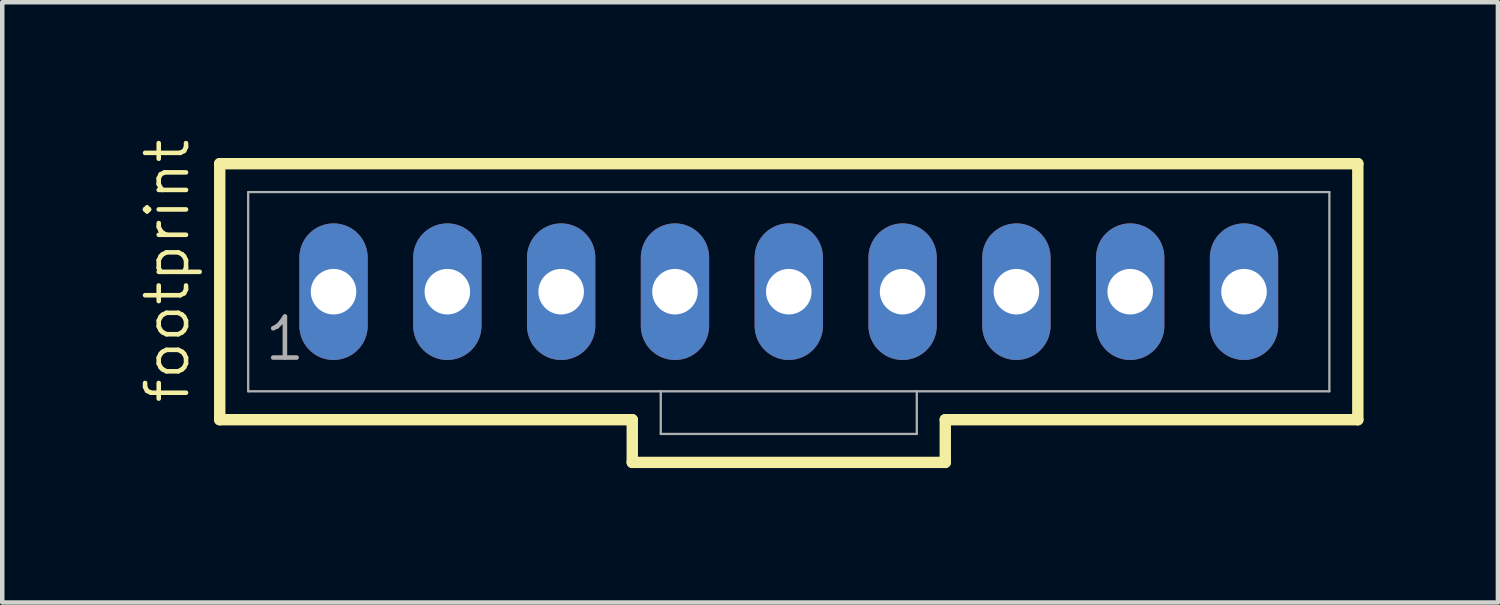
<source format=kicad_pcb>
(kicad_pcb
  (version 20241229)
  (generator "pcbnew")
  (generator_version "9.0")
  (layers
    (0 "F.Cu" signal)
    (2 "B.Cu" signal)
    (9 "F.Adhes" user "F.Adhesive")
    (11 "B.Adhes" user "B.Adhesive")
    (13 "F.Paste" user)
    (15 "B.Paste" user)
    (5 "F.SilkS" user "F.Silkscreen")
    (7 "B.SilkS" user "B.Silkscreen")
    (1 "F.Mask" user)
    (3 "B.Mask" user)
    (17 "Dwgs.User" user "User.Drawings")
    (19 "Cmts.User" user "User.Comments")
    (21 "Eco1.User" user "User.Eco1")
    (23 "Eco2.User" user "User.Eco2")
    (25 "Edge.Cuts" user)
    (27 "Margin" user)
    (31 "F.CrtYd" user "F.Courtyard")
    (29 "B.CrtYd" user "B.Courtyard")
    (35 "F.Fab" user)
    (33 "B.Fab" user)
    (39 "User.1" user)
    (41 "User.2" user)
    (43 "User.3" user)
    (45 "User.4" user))
  (footprint "footprint"
    (layer "F.Cu")
    (at 14.554 3.46)
    (property "Reference" "footprint" (at -13.335 2.54 90) (layer "F.SilkS") (effects (font (size 0.914 0.914) (thickness 0.102)) (justify left bottom)))
    (fp_line (start -12.7 -2.857) (end -12.7 2.857) (stroke (width 0.254) (type solid)) (layer "F.SilkS"))
    (fp_line (start -12.7 2.857) (end -3.493 2.857) (stroke (width 0.254) (type solid)) (layer "F.SilkS"))
    (fp_line (start -3.493 2.857) (end -3.493 3.81) (stroke (width 0.254) (type solid)) (layer "F.SilkS"))
    (fp_line (start -3.493 3.81) (end 3.493 3.81) (stroke (width 0.254) (type solid)) (layer "F.SilkS"))
    (fp_line (start 3.493 2.857) (end 12.7 2.857) (stroke (width 0.254) (type solid)) (layer "F.SilkS"))
    (fp_line (start 3.493 3.81) (end 3.493 2.857) (stroke (width 0.254) (type solid)) (layer "F.SilkS"))
    (fp_line (start 12.7 -2.857) (end -12.7 -2.857) (stroke (width 0.254) (type solid)) (layer "F.SilkS"))
    (fp_line (start 12.7 2.857) (end 12.7 -2.857) (stroke (width 0.254) (type solid)) (layer "F.SilkS"))
    (fp_line (start -12.065 -2.223) (end -12.065 2.223) (stroke (width 0.051) (type solid)) (layer "F.Fab"))
    (fp_line (start -12.065 -2.223) (end 12.065 -2.223) (stroke (width 0.051) (type solid)) (layer "F.Fab"))
    (fp_line (start -12.065 2.223) (end -2.857 2.223) (stroke (width 0.051) (type solid)) (layer "F.Fab"))
    (fp_line (start -2.857 2.223) (end -2.857 3.175) (stroke (width 0.051) (type solid)) (layer "F.Fab"))
    (fp_line (start -2.857 2.223) (end 2.857 2.223) (stroke (width 0.051) (type solid)) (layer "F.Fab"))
    (fp_line (start 2.857 2.223) (end 2.857 3.175) (stroke (width 0.051) (type solid)) (layer "F.Fab"))
    (fp_line (start 2.857 2.223) (end 12.065 2.223) (stroke (width 0.051) (type solid)) (layer "F.Fab"))
    (fp_line (start 2.857 3.175) (end -2.857 3.175) (stroke (width 0.051) (type solid)) (layer "F.Fab"))
    (fp_line (start 12.065 -2.223) (end 12.065 2.223) (stroke (width 0.051) (type solid)) (layer "F.Fab"))
    (fp_poly (pts (xy -10.398 0.238) (xy -9.922 0.238) (xy -9.922 -0.238) (xy -10.398 -0.238)) (stroke (width 0.1) (type solid)) (fill no) (layer "F.Fab"))
    (fp_poly (pts (xy -7.858 0.238) (xy -7.382 0.238) (xy -7.382 -0.238) (xy -7.858 -0.238)) (stroke (width 0.1) (type solid)) (fill no) (layer "F.Fab"))
    (fp_poly (pts (xy -5.318 0.238) (xy -4.842 0.238) (xy -4.842 -0.238) (xy -5.318 -0.238)) (stroke (width 0.1) (type solid)) (fill no) (layer "F.Fab"))
    (fp_poly (pts (xy -2.778 0.238) (xy -2.302 0.238) (xy -2.302 -0.238) (xy -2.778 -0.238)) (stroke (width 0.1) (type solid)) (fill no) (layer "F.Fab"))
    (fp_poly (pts (xy -0.238 0.238) (xy 0.238 0.238) (xy 0.238 -0.238) (xy -0.238 -0.238)) (stroke (width 0.1) (type solid)) (fill no) (layer "F.Fab"))
    (fp_poly (pts (xy 2.302 0.238) (xy 2.778 0.238) (xy 2.778 -0.238) (xy 2.302 -0.238)) (stroke (width 0.1) (type solid)) (fill no) (layer "F.Fab"))
    (fp_poly (pts (xy 4.842 0.238) (xy 5.318 0.238) (xy 5.318 -0.238) (xy 4.842 -0.238)) (stroke (width 0.1) (type solid)) (fill no) (layer "F.Fab"))
    (fp_poly (pts (xy 7.382 0.238) (xy 7.858 0.238) (xy 7.858 -0.238) (xy 7.382 -0.238)) (stroke (width 0.1) (type solid)) (fill no) (layer "F.Fab"))
    (fp_poly (pts (xy 9.922 0.238) (xy 10.398 0.238) (xy 10.398 -0.238) (xy 9.922 -0.238)) (stroke (width 0.1) (type solid)) (fill no) (layer "F.Fab"))
    (fp_text user "1" (at -11.748 1.587 0) (layer "F.Fab") (effects (font (size 0.914 0.914) (thickness 0.102)) (justify left bottom)))
    (pad "1" thru_hole oval (at -10.16 0 90) (size 3.048 1.524) (drill 1.016) (layers "*.Cu" "*.Mask"))
    (pad "2" thru_hole oval (at -7.62 0 90) (size 3.048 1.524) (drill 1.016) (layers "*.Cu" "*.Mask"))
    (pad "3" thru_hole oval (at -5.08 0 90) (size 3.048 1.524) (drill 1.016) (layers "*.Cu" "*.Mask"))
    (pad "4" thru_hole oval (at -2.54 0 90) (size 3.048 1.524) (drill 1.016) (layers "*.Cu" "*.Mask"))
    (pad "5" thru_hole oval (at 0 0 90) (size 3.048 1.524) (drill 1.016) (layers "*.Cu" "*.Mask"))
    (pad "6" thru_hole oval (at 2.54 0 90) (size 3.048 1.524) (drill 1.016) (layers "*.Cu" "*.Mask"))
    (pad "7" thru_hole oval (at 5.08 0 90) (size 3.048 1.524) (drill 1.016) (layers "*.Cu" "*.Mask"))
    (pad "8" thru_hole oval (at 7.62 0 90) (size 3.048 1.524) (drill 1.016) (layers "*.Cu" "*.Mask"))
    (pad "9" thru_hole oval (at 10.16 0 90) (size 3.048 1.524) (drill 1.016) (layers "*.Cu" "*.Mask")))
  (gr_rect
    (start -3 -3)
    (end 30.381 10.397)
    (stroke (width 0.1) (type default))
    (fill no)
    (layer "Edge.Cuts")))
</source>
